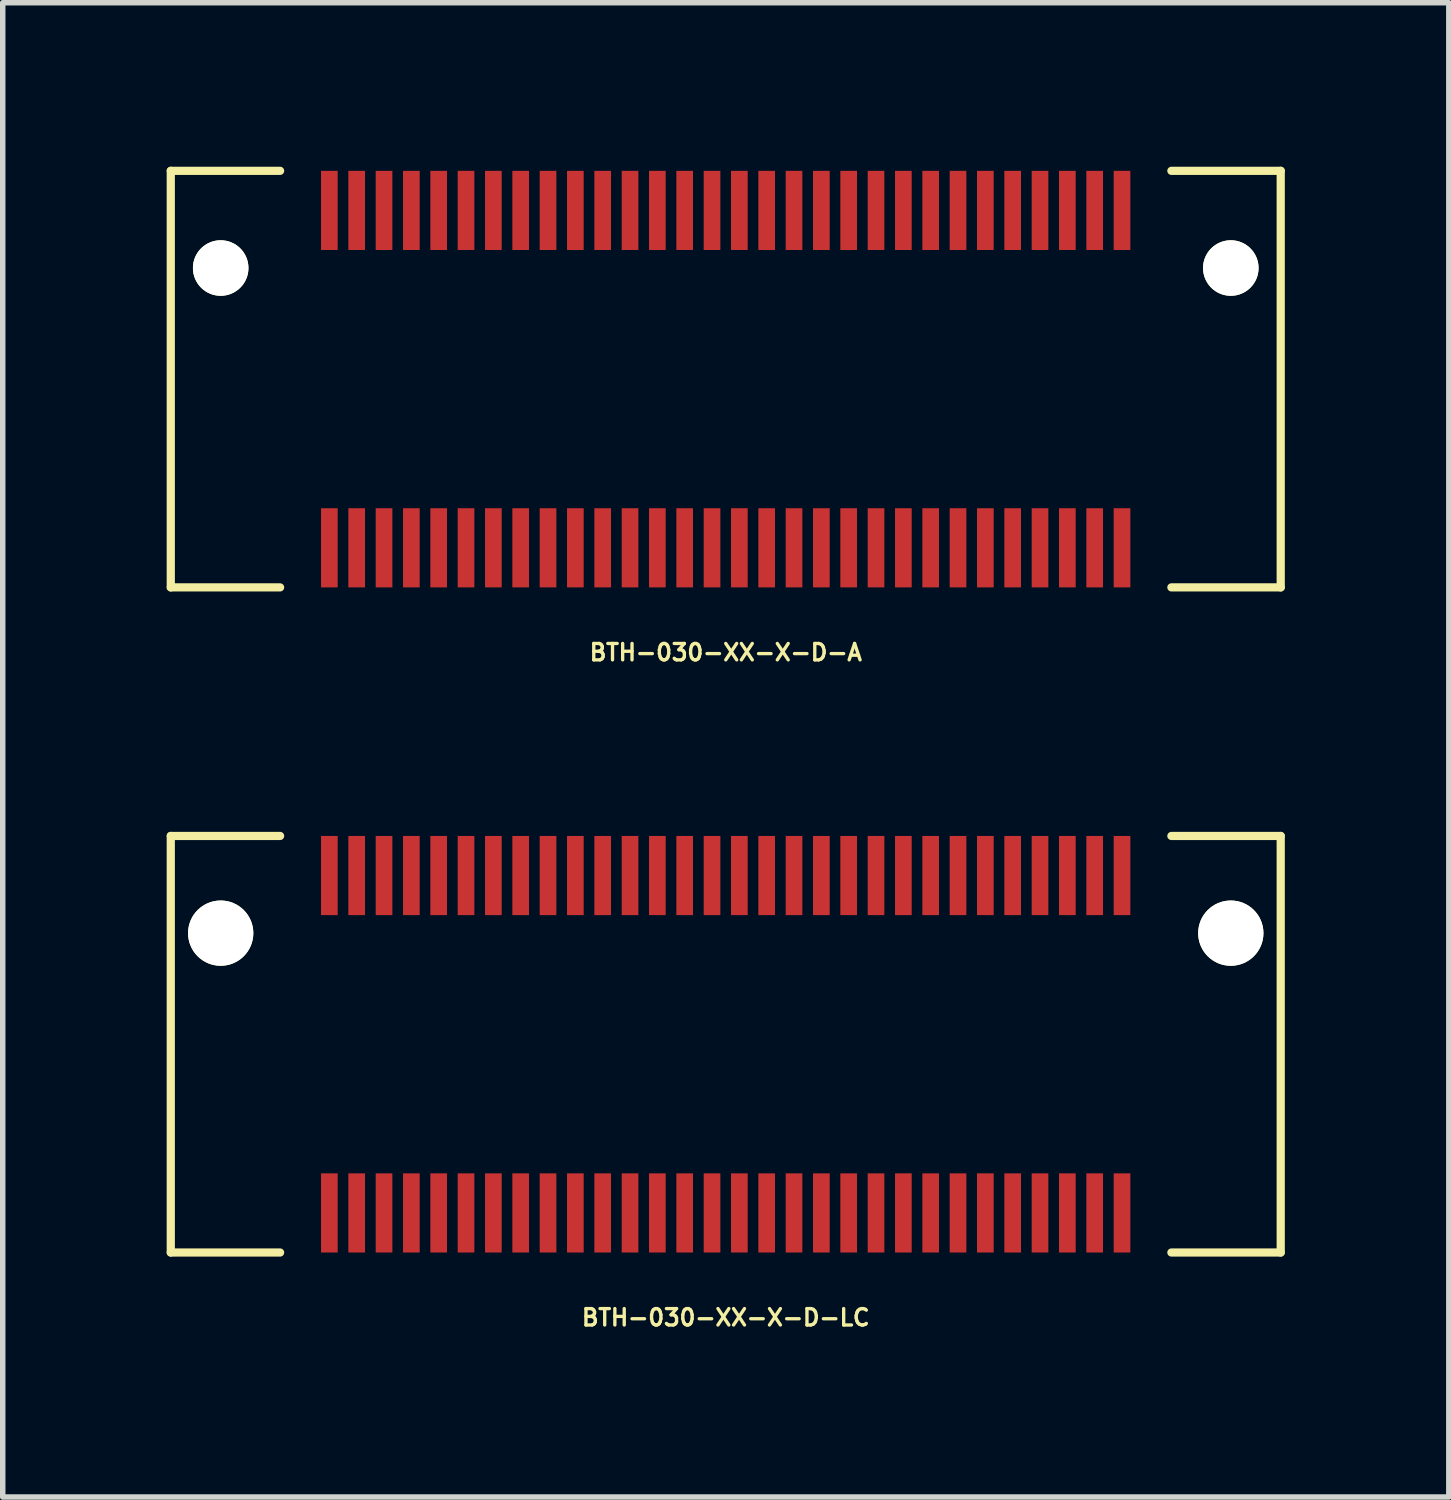
<source format=kicad_pcb>
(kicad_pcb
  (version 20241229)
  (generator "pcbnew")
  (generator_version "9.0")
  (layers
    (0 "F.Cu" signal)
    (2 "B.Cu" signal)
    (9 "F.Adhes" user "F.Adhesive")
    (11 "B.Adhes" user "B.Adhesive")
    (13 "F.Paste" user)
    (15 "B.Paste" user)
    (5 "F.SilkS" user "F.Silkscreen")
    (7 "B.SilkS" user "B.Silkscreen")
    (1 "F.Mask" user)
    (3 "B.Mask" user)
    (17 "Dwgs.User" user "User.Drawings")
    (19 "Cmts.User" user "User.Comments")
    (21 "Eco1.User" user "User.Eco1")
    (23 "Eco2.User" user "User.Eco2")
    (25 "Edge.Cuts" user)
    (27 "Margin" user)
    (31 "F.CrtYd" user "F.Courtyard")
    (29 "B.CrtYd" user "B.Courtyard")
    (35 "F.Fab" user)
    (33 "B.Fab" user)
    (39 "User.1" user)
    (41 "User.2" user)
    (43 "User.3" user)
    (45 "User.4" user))
  (footprint "BTH-030-XX-X-D-A"
    (layer "F.Cu")
    (at 10.226 3.885)
    (property "Reference" "BTH-030-XX-X-D-A" (at 0 5 0) (layer "F.SilkS") (effects (font (size 0.3 0.3) (thickness 0.061))))
    (attr smd)
    (fp_line (start -10.152 -3.81) (end -10.152 3.81) (stroke (width 0.15) (type solid)) (layer "F.SilkS"))
    (fp_line (start -10.152 3.81) (end -8.152 3.81) (stroke (width 0.15) (type solid)) (layer "F.SilkS"))
    (fp_line (start -8.152 -3.81) (end -10.152 -3.81) (stroke (width 0.15) (type solid)) (layer "F.SilkS"))
    (fp_line (start 8.152 -3.81) (end 10.152 -3.81) (stroke (width 0.15) (type solid)) (layer "F.SilkS"))
    (fp_line (start 10.152 -3.81) (end 10.152 3.81) (stroke (width 0.15) (type solid)) (layer "F.SilkS"))
    (fp_line (start 10.152 3.81) (end 8.152 3.81) (stroke (width 0.15) (type solid)) (layer "F.SilkS"))
    (pad "" np_thru_hole circle (at -9.239 -2.032) (size 1.016 1.016) (drill 1.016) (layers "*.Cu" "*.Mask" "F.SilkS"))
    (pad "" np_thru_hole circle (at 9.239 -2.032) (size 1.016 1.016) (drill 1.016) (layers "*.Cu" "*.Mask" "F.SilkS"))
    (pad "1" smd rect (at -7.251 -3.086) (size 0.305 1.448) (layers "F.Cu" "F.Mask" "F.Paste"))
    (pad "2" smd rect (at -7.251 3.086) (size 0.305 1.448) (layers "F.Cu" "F.Mask" "F.Paste"))
    (pad "3" smd rect (at -6.751 -3.086) (size 0.305 1.448) (layers "F.Cu" "F.Mask" "F.Paste"))
    (pad "4" smd rect (at -6.751 3.086) (size 0.305 1.448) (layers "F.Cu" "F.Mask" "F.Paste"))
    (pad "5" smd rect (at -6.251 -3.086) (size 0.305 1.448) (layers "F.Cu" "F.Mask" "F.Paste"))
    (pad "6" smd rect (at -6.251 3.086) (size 0.305 1.448) (layers "F.Cu" "F.Mask" "F.Paste"))
    (pad "7" smd rect (at -5.751 -3.086) (size 0.305 1.448) (layers "F.Cu" "F.Mask" "F.Paste"))
    (pad "8" smd rect (at -5.751 3.086) (size 0.305 1.448) (layers "F.Cu" "F.Mask" "F.Paste"))
    (pad "9" smd rect (at -5.251 -3.086) (size 0.305 1.448) (layers "F.Cu" "F.Mask" "F.Paste"))
    (pad "10" smd rect (at -5.251 3.086) (size 0.305 1.448) (layers "F.Cu" "F.Mask" "F.Paste"))
    (pad "11" smd rect (at -4.751 -3.086) (size 0.305 1.448) (layers "F.Cu" "F.Mask" "F.Paste"))
    (pad "12" smd rect (at -4.751 3.086) (size 0.305 1.448) (layers "F.Cu" "F.Mask" "F.Paste"))
    (pad "13" smd rect (at -4.251 -3.086) (size 0.305 1.448) (layers "F.Cu" "F.Mask" "F.Paste"))
    (pad "14" smd rect (at -4.251 3.086) (size 0.305 1.448) (layers "F.Cu" "F.Mask" "F.Paste"))
    (pad "15" smd rect (at -3.751 -3.086) (size 0.305 1.448) (layers "F.Cu" "F.Mask" "F.Paste"))
    (pad "16" smd rect (at -3.751 3.086) (size 0.305 1.448) (layers "F.Cu" "F.Mask" "F.Paste"))
    (pad "17" smd rect (at -3.251 -3.086) (size 0.305 1.448) (layers "F.Cu" "F.Mask" "F.Paste"))
    (pad "18" smd rect (at -3.251 3.086) (size 0.305 1.448) (layers "F.Cu" "F.Mask" "F.Paste"))
    (pad "19" smd rect (at -2.751 -3.086) (size 0.305 1.448) (layers "F.Cu" "F.Mask" "F.Paste"))
    (pad "20" smd rect (at -2.751 3.086) (size 0.305 1.448) (layers "F.Cu" "F.Mask" "F.Paste"))
    (pad "21" smd rect (at -2.251 -3.086) (size 0.305 1.448) (layers "F.Cu" "F.Mask" "F.Paste"))
    (pad "22" smd rect (at -2.251 3.086) (size 0.305 1.448) (layers "F.Cu" "F.Mask" "F.Paste"))
    (pad "23" smd rect (at -1.751 -3.086) (size 0.305 1.448) (layers "F.Cu" "F.Mask" "F.Paste"))
    (pad "24" smd rect (at -1.751 3.086) (size 0.305 1.448) (layers "F.Cu" "F.Mask" "F.Paste"))
    (pad "25" smd rect (at -1.251 -3.086) (size 0.305 1.448) (layers "F.Cu" "F.Mask" "F.Paste"))
    (pad "26" smd rect (at -1.251 3.086) (size 0.305 1.448) (layers "F.Cu" "F.Mask" "F.Paste"))
    (pad "27" smd rect (at -0.751 -3.086) (size 0.305 1.448) (layers "F.Cu" "F.Mask" "F.Paste"))
    (pad "28" smd rect (at -0.751 3.086) (size 0.305 1.448) (layers "F.Cu" "F.Mask" "F.Paste"))
    (pad "29" smd rect (at -0.251 -3.086) (size 0.305 1.448) (layers "F.Cu" "F.Mask" "F.Paste"))
    (pad "30" smd rect (at -0.251 3.086) (size 0.305 1.448) (layers "F.Cu" "F.Mask" "F.Paste"))
    (pad "31" smd rect (at 0.249 -3.086) (size 0.305 1.448) (layers "F.Cu" "F.Mask" "F.Paste"))
    (pad "32" smd rect (at 0.249 3.086) (size 0.305 1.448) (layers "F.Cu" "F.Mask" "F.Paste"))
    (pad "33" smd rect (at 0.749 -3.086) (size 0.305 1.448) (layers "F.Cu" "F.Mask" "F.Paste"))
    (pad "34" smd rect (at 0.749 3.086) (size 0.305 1.448) (layers "F.Cu" "F.Mask" "F.Paste"))
    (pad "35" smd rect (at 1.249 -3.086) (size 0.305 1.448) (layers "F.Cu" "F.Mask" "F.Paste"))
    (pad "36" smd rect (at 1.249 3.086) (size 0.305 1.448) (layers "F.Cu" "F.Mask" "F.Paste"))
    (pad "37" smd rect (at 1.749 -3.086) (size 0.305 1.448) (layers "F.Cu" "F.Mask" "F.Paste"))
    (pad "38" smd rect (at 1.749 3.086) (size 0.305 1.448) (layers "F.Cu" "F.Mask" "F.Paste"))
    (pad "39" smd rect (at 2.249 -3.086) (size 0.305 1.448) (layers "F.Cu" "F.Mask" "F.Paste"))
    (pad "40" smd rect (at 2.249 3.086) (size 0.305 1.448) (layers "F.Cu" "F.Mask" "F.Paste"))
    (pad "41" smd rect (at 2.749 -3.086) (size 0.305 1.448) (layers "F.Cu" "F.Mask" "F.Paste"))
    (pad "42" smd rect (at 2.749 3.086) (size 0.305 1.448) (layers "F.Cu" "F.Mask" "F.Paste"))
    (pad "43" smd rect (at 3.249 -3.086) (size 0.305 1.448) (layers "F.Cu" "F.Mask" "F.Paste"))
    (pad "44" smd rect (at 3.249 3.086) (size 0.305 1.448) (layers "F.Cu" "F.Mask" "F.Paste"))
    (pad "45" smd rect (at 3.749 -3.086) (size 0.305 1.448) (layers "F.Cu" "F.Mask" "F.Paste"))
    (pad "46" smd rect (at 3.749 3.086) (size 0.305 1.448) (layers "F.Cu" "F.Mask" "F.Paste"))
    (pad "47" smd rect (at 4.249 -3.086) (size 0.305 1.448) (layers "F.Cu" "F.Mask" "F.Paste"))
    (pad "48" smd rect (at 4.249 3.086) (size 0.305 1.448) (layers "F.Cu" "F.Mask" "F.Paste"))
    (pad "49" smd rect (at 4.749 -3.086) (size 0.305 1.448) (layers "F.Cu" "F.Mask" "F.Paste"))
    (pad "50" smd rect (at 4.749 3.086) (size 0.305 1.448) (layers "F.Cu" "F.Mask" "F.Paste"))
    (pad "51" smd rect (at 5.249 -3.086) (size 0.305 1.448) (layers "F.Cu" "F.Mask" "F.Paste"))
    (pad "52" smd rect (at 5.249 3.086) (size 0.305 1.448) (layers "F.Cu" "F.Mask" "F.Paste"))
    (pad "53" smd rect (at 5.749 -3.086) (size 0.305 1.448) (layers "F.Cu" "F.Mask" "F.Paste"))
    (pad "54" smd rect (at 5.749 3.086) (size 0.305 1.448) (layers "F.Cu" "F.Mask" "F.Paste"))
    (pad "55" smd rect (at 6.249 -3.086) (size 0.305 1.448) (layers "F.Cu" "F.Mask" "F.Paste"))
    (pad "56" smd rect (at 6.249 3.086) (size 0.305 1.448) (layers "F.Cu" "F.Mask" "F.Paste"))
    (pad "57" smd rect (at 6.749 -3.086) (size 0.305 1.448) (layers "F.Cu" "F.Mask" "F.Paste"))
    (pad "58" smd rect (at 6.749 3.086) (size 0.305 1.448) (layers "F.Cu" "F.Mask" "F.Paste"))
    (pad "59" smd rect (at 7.249 -3.086) (size 0.305 1.448) (layers "F.Cu" "F.Mask" "F.Paste"))
    (pad "60" smd rect (at 7.249 3.086) (size 0.305 1.448) (layers "F.Cu" "F.Mask" "F.Paste")))
  (footprint "BTH-030-XX-X-D-LC"
    (layer "F.Cu")
    (at 10.226 16.052)
    (property "Reference" "BTH-030-XX-X-D-LC" (at 0 5 0) (layer "F.SilkS") (effects (font (size 0.3 0.3) (thickness 0.061))))
    (attr smd)
    (fp_line (start -10.152 -3.81) (end -10.152 3.81) (stroke (width 0.15) (type solid)) (layer "F.SilkS"))
    (fp_line (start -10.152 3.81) (end -8.152 3.81) (stroke (width 0.15) (type solid)) (layer "F.SilkS"))
    (fp_line (start -8.152 -3.81) (end -10.152 -3.81) (stroke (width 0.15) (type solid)) (layer "F.SilkS"))
    (fp_line (start 8.152 -3.81) (end 10.152 -3.81) (stroke (width 0.15) (type solid)) (layer "F.SilkS"))
    (fp_line (start 10.152 -3.81) (end 10.152 3.81) (stroke (width 0.15) (type solid)) (layer "F.SilkS"))
    (fp_line (start 10.152 3.81) (end 8.152 3.81) (stroke (width 0.15) (type solid)) (layer "F.SilkS"))
    (pad "" np_thru_hole circle (at -9.239 -2.032) (size 1.194 1.194) (drill 1.194) (layers "*.Cu" "*.Mask" "F.SilkS"))
    (pad "" np_thru_hole circle (at 9.239 -2.032) (size 1.194 1.194) (drill 1.194) (layers "*.Cu" "*.Mask" "F.SilkS"))
    (pad "1" smd rect (at -7.251 -3.086) (size 0.305 1.448) (layers "F.Cu" "F.Mask" "F.Paste"))
    (pad "2" smd rect (at -7.251 3.086) (size 0.305 1.448) (layers "F.Cu" "F.Mask" "F.Paste"))
    (pad "3" smd rect (at -6.751 -3.086) (size 0.305 1.448) (layers "F.Cu" "F.Mask" "F.Paste"))
    (pad "4" smd rect (at -6.751 3.086) (size 0.305 1.448) (layers "F.Cu" "F.Mask" "F.Paste"))
    (pad "5" smd rect (at -6.251 -3.086) (size 0.305 1.448) (layers "F.Cu" "F.Mask" "F.Paste"))
    (pad "6" smd rect (at -6.251 3.086) (size 0.305 1.448) (layers "F.Cu" "F.Mask" "F.Paste"))
    (pad "7" smd rect (at -5.751 -3.086) (size 0.305 1.448) (layers "F.Cu" "F.Mask" "F.Paste"))
    (pad "8" smd rect (at -5.751 3.086) (size 0.305 1.448) (layers "F.Cu" "F.Mask" "F.Paste"))
    (pad "9" smd rect (at -5.251 -3.086) (size 0.305 1.448) (layers "F.Cu" "F.Mask" "F.Paste"))
    (pad "10" smd rect (at -5.251 3.086) (size 0.305 1.448) (layers "F.Cu" "F.Mask" "F.Paste"))
    (pad "11" smd rect (at -4.751 -3.086) (size 0.305 1.448) (layers "F.Cu" "F.Mask" "F.Paste"))
    (pad "12" smd rect (at -4.751 3.086) (size 0.305 1.448) (layers "F.Cu" "F.Mask" "F.Paste"))
    (pad "13" smd rect (at -4.251 -3.086) (size 0.305 1.448) (layers "F.Cu" "F.Mask" "F.Paste"))
    (pad "14" smd rect (at -4.251 3.086) (size 0.305 1.448) (layers "F.Cu" "F.Mask" "F.Paste"))
    (pad "15" smd rect (at -3.751 -3.086) (size 0.305 1.448) (layers "F.Cu" "F.Mask" "F.Paste"))
    (pad "16" smd rect (at -3.751 3.086) (size 0.305 1.448) (layers "F.Cu" "F.Mask" "F.Paste"))
    (pad "17" smd rect (at -3.251 -3.086) (size 0.305 1.448) (layers "F.Cu" "F.Mask" "F.Paste"))
    (pad "18" smd rect (at -3.251 3.086) (size 0.305 1.448) (layers "F.Cu" "F.Mask" "F.Paste"))
    (pad "19" smd rect (at -2.751 -3.086) (size 0.305 1.448) (layers "F.Cu" "F.Mask" "F.Paste"))
    (pad "20" smd rect (at -2.751 3.086) (size 0.305 1.448) (layers "F.Cu" "F.Mask" "F.Paste"))
    (pad "21" smd rect (at -2.251 -3.086) (size 0.305 1.448) (layers "F.Cu" "F.Mask" "F.Paste"))
    (pad "22" smd rect (at -2.251 3.086) (size 0.305 1.448) (layers "F.Cu" "F.Mask" "F.Paste"))
    (pad "23" smd rect (at -1.751 -3.086) (size 0.305 1.448) (layers "F.Cu" "F.Mask" "F.Paste"))
    (pad "24" smd rect (at -1.751 3.086) (size 0.305 1.448) (layers "F.Cu" "F.Mask" "F.Paste"))
    (pad "25" smd rect (at -1.251 -3.086) (size 0.305 1.448) (layers "F.Cu" "F.Mask" "F.Paste"))
    (pad "26" smd rect (at -1.251 3.086) (size 0.305 1.448) (layers "F.Cu" "F.Mask" "F.Paste"))
    (pad "27" smd rect (at -0.751 -3.086) (size 0.305 1.448) (layers "F.Cu" "F.Mask" "F.Paste"))
    (pad "28" smd rect (at -0.751 3.086) (size 0.305 1.448) (layers "F.Cu" "F.Mask" "F.Paste"))
    (pad "29" smd rect (at -0.251 -3.086) (size 0.305 1.448) (layers "F.Cu" "F.Mask" "F.Paste"))
    (pad "30" smd rect (at -0.251 3.086) (size 0.305 1.448) (layers "F.Cu" "F.Mask" "F.Paste"))
    (pad "31" smd rect (at 0.249 -3.086) (size 0.305 1.448) (layers "F.Cu" "F.Mask" "F.Paste"))
    (pad "32" smd rect (at 0.249 3.086) (size 0.305 1.448) (layers "F.Cu" "F.Mask" "F.Paste"))
    (pad "33" smd rect (at 0.749 -3.086) (size 0.305 1.448) (layers "F.Cu" "F.Mask" "F.Paste"))
    (pad "34" smd rect (at 0.749 3.086) (size 0.305 1.448) (layers "F.Cu" "F.Mask" "F.Paste"))
    (pad "35" smd rect (at 1.249 -3.086) (size 0.305 1.448) (layers "F.Cu" "F.Mask" "F.Paste"))
    (pad "36" smd rect (at 1.249 3.086) (size 0.305 1.448) (layers "F.Cu" "F.Mask" "F.Paste"))
    (pad "37" smd rect (at 1.749 -3.086) (size 0.305 1.448) (layers "F.Cu" "F.Mask" "F.Paste"))
    (pad "38" smd rect (at 1.749 3.086) (size 0.305 1.448) (layers "F.Cu" "F.Mask" "F.Paste"))
    (pad "39" smd rect (at 2.249 -3.086) (size 0.305 1.448) (layers "F.Cu" "F.Mask" "F.Paste"))
    (pad "40" smd rect (at 2.249 3.086) (size 0.305 1.448) (layers "F.Cu" "F.Mask" "F.Paste"))
    (pad "41" smd rect (at 2.749 -3.086) (size 0.305 1.448) (layers "F.Cu" "F.Mask" "F.Paste"))
    (pad "42" smd rect (at 2.749 3.086) (size 0.305 1.448) (layers "F.Cu" "F.Mask" "F.Paste"))
    (pad "43" smd rect (at 3.249 -3.086) (size 0.305 1.448) (layers "F.Cu" "F.Mask" "F.Paste"))
    (pad "44" smd rect (at 3.249 3.086) (size 0.305 1.448) (layers "F.Cu" "F.Mask" "F.Paste"))
    (pad "45" smd rect (at 3.749 -3.086) (size 0.305 1.448) (layers "F.Cu" "F.Mask" "F.Paste"))
    (pad "46" smd rect (at 3.749 3.086) (size 0.305 1.448) (layers "F.Cu" "F.Mask" "F.Paste"))
    (pad "47" smd rect (at 4.249 -3.086) (size 0.305 1.448) (layers "F.Cu" "F.Mask" "F.Paste"))
    (pad "48" smd rect (at 4.249 3.086) (size 0.305 1.448) (layers "F.Cu" "F.Mask" "F.Paste"))
    (pad "49" smd rect (at 4.749 -3.086) (size 0.305 1.448) (layers "F.Cu" "F.Mask" "F.Paste"))
    (pad "50" smd rect (at 4.749 3.086) (size 0.305 1.448) (layers "F.Cu" "F.Mask" "F.Paste"))
    (pad "51" smd rect (at 5.249 -3.086) (size 0.305 1.448) (layers "F.Cu" "F.Mask" "F.Paste"))
    (pad "52" smd rect (at 5.249 3.086) (size 0.305 1.448) (layers "F.Cu" "F.Mask" "F.Paste"))
    (pad "53" smd rect (at 5.749 -3.086) (size 0.305 1.448) (layers "F.Cu" "F.Mask" "F.Paste"))
    (pad "54" smd rect (at 5.749 3.086) (size 0.305 1.448) (layers "F.Cu" "F.Mask" "F.Paste"))
    (pad "55" smd rect (at 6.249 -3.086) (size 0.305 1.448) (layers "F.Cu" "F.Mask" "F.Paste"))
    (pad "56" smd rect (at 6.249 3.086) (size 0.305 1.448) (layers "F.Cu" "F.Mask" "F.Paste"))
    (pad "57" smd rect (at 6.749 -3.086) (size 0.305 1.448) (layers "F.Cu" "F.Mask" "F.Paste"))
    (pad "58" smd rect (at 6.749 3.086) (size 0.305 1.448) (layers "F.Cu" "F.Mask" "F.Paste"))
    (pad "59" smd rect (at 7.249 -3.086) (size 0.305 1.448) (layers "F.Cu" "F.Mask" "F.Paste"))
    (pad "60" smd rect (at 7.249 3.086) (size 0.305 1.448) (layers "F.Cu" "F.Mask" "F.Paste")))
  (gr_rect
    (start -3 -3)
    (end 23.453 24.335)
    (stroke (width 0.1) (type default))
    (fill no)
    (layer "Edge.Cuts")))
</source>
